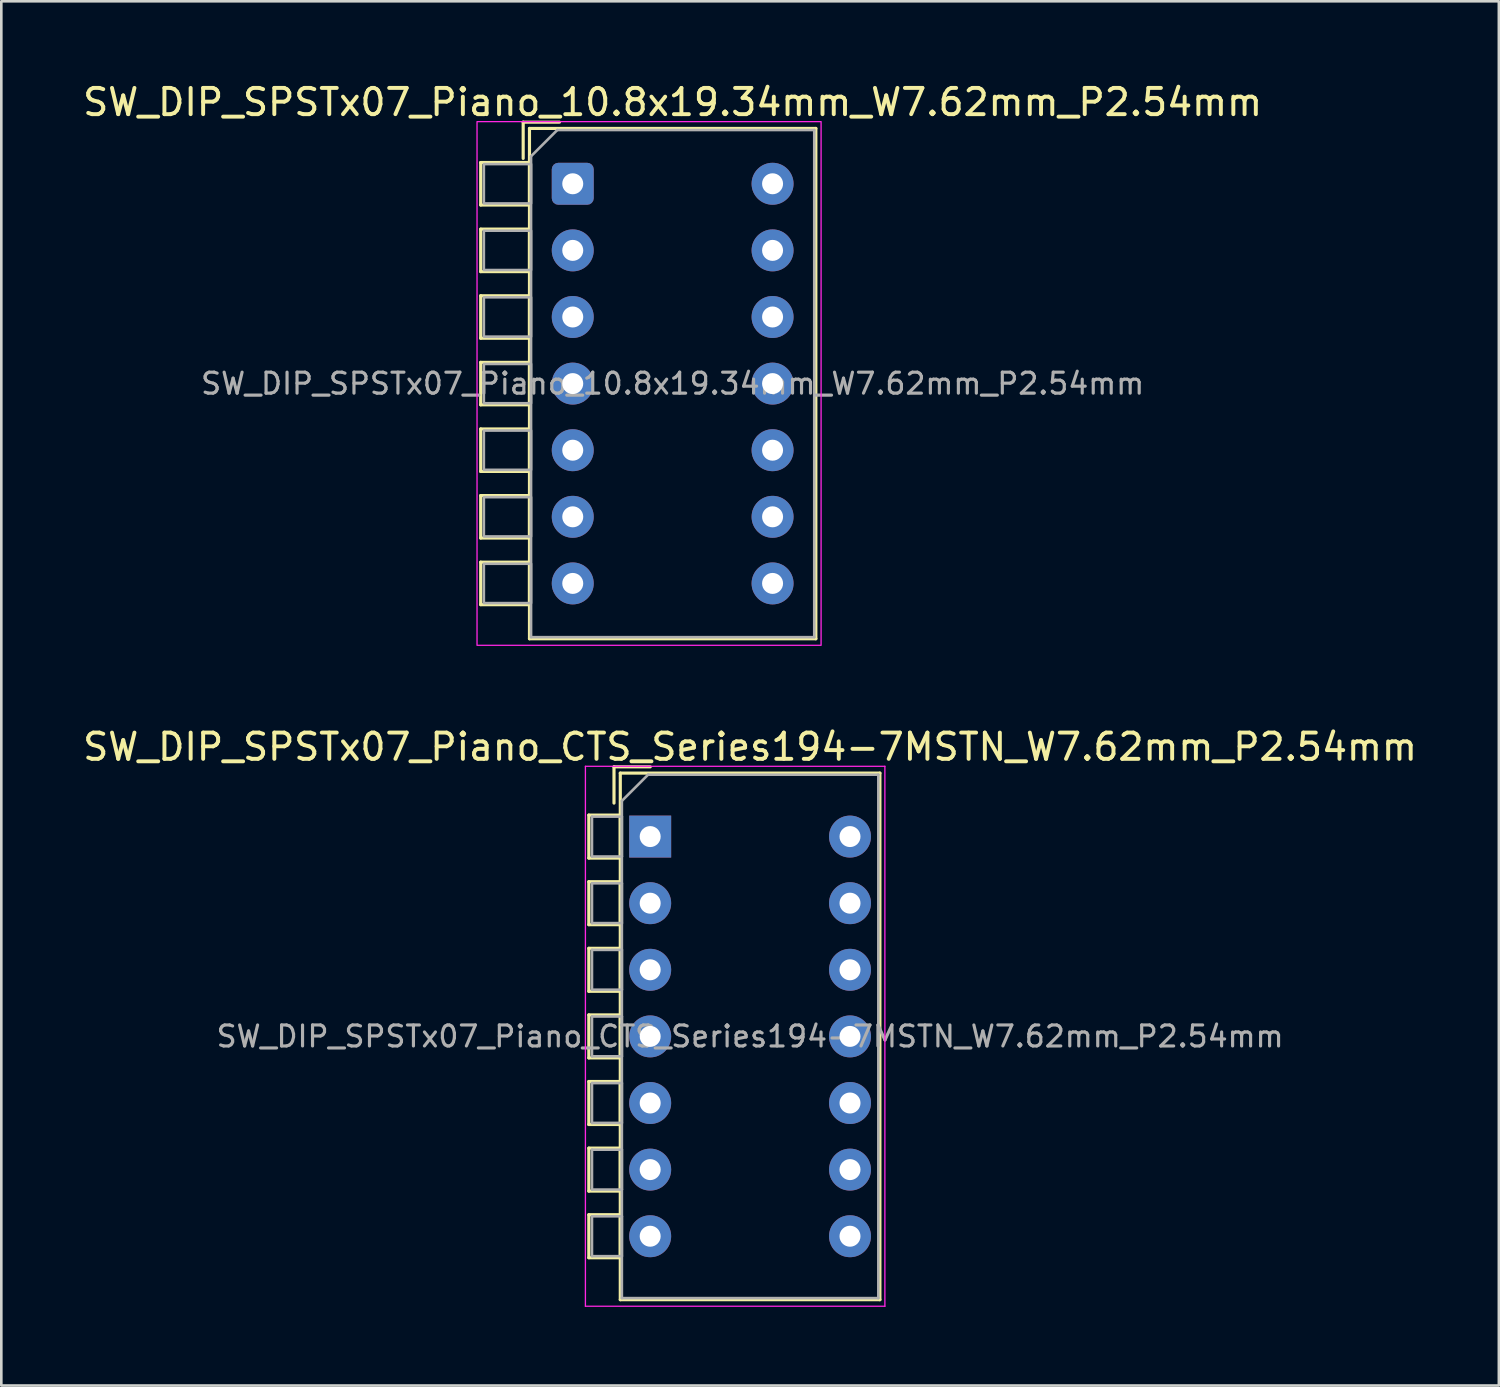
<source format=kicad_pcb>
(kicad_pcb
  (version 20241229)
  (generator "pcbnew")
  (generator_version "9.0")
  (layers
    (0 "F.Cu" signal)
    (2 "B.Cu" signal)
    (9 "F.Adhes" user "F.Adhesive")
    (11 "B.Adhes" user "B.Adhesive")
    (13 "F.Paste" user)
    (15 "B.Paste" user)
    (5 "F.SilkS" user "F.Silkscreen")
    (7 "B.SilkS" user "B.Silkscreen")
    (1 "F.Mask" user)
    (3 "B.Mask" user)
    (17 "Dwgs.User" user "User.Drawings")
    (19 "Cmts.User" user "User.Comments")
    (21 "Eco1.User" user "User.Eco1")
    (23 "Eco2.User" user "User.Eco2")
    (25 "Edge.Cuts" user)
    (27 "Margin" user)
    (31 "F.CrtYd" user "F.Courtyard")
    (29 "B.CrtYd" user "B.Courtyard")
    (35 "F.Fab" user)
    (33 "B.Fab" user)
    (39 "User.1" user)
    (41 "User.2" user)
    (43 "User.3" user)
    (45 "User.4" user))
  (footprint "SW_DIP_SPSTx07_Piano_10.8x19.34mm_W7.62mm_P2.54mm"
    (layer "F.Cu")
    (at 18.791 3.958)
    (property "Reference" "SW_DIP_SPSTx07_Piano_10.8x19.34mm_W7.62mm_P2.54mm" (at 3.81 -3.11 0) (layer "F.SilkS") (effects (font (size 1 1) (thickness 0.15))))
    (attr through_hole)
    (fp_line (start -3.51 -0.81) (end -3.51 0.81) (stroke (width 0.12) (type solid)) (layer "F.SilkS"))
    (fp_line (start -3.51 -0.81) (end -1.65 -0.81) (stroke (width 0.12) (type solid)) (layer "F.SilkS"))
    (fp_line (start -3.51 0.81) (end -1.65 0.81) (stroke (width 0.12) (type solid)) (layer "F.SilkS"))
    (fp_line (start -3.51 1.73) (end -3.51 3.35) (stroke (width 0.12) (type solid)) (layer "F.SilkS"))
    (fp_line (start -3.51 1.73) (end -1.65 1.73) (stroke (width 0.12) (type solid)) (layer "F.SilkS"))
    (fp_line (start -3.51 3.35) (end -1.65 3.35) (stroke (width 0.12) (type solid)) (layer "F.SilkS"))
    (fp_line (start -3.51 4.27) (end -3.51 5.89) (stroke (width 0.12) (type solid)) (layer "F.SilkS"))
    (fp_line (start -3.51 4.27) (end -1.65 4.27) (stroke (width 0.12) (type solid)) (layer "F.SilkS"))
    (fp_line (start -3.51 5.89) (end -1.65 5.89) (stroke (width 0.12) (type solid)) (layer "F.SilkS"))
    (fp_line (start -3.51 6.81) (end -3.51 8.43) (stroke (width 0.12) (type solid)) (layer "F.SilkS"))
    (fp_line (start -3.51 6.81) (end -1.65 6.81) (stroke (width 0.12) (type solid)) (layer "F.SilkS"))
    (fp_line (start -3.51 8.43) (end -1.65 8.43) (stroke (width 0.12) (type solid)) (layer "F.SilkS"))
    (fp_line (start -3.51 9.35) (end -3.51 10.97) (stroke (width 0.12) (type solid)) (layer "F.SilkS"))
    (fp_line (start -3.51 9.35) (end -1.65 9.35) (stroke (width 0.12) (type solid)) (layer "F.SilkS"))
    (fp_line (start -3.51 10.97) (end -1.65 10.97) (stroke (width 0.12) (type solid)) (layer "F.SilkS"))
    (fp_line (start -3.51 11.89) (end -3.51 13.51) (stroke (width 0.12) (type solid)) (layer "F.SilkS"))
    (fp_line (start -3.51 11.89) (end -1.65 11.89) (stroke (width 0.12) (type solid)) (layer "F.SilkS"))
    (fp_line (start -3.51 13.51) (end -1.65 13.51) (stroke (width 0.12) (type solid)) (layer "F.SilkS"))
    (fp_line (start -3.51 14.43) (end -3.51 16.05) (stroke (width 0.12) (type solid)) (layer "F.SilkS"))
    (fp_line (start -3.51 14.43) (end -1.65 14.43) (stroke (width 0.12) (type solid)) (layer "F.SilkS"))
    (fp_line (start -3.51 16.05) (end -1.65 16.05) (stroke (width 0.12) (type solid)) (layer "F.SilkS"))
    (fp_line (start -1.89 -2.35) (end -1.89 -0.967) (stroke (width 0.12) (type solid)) (layer "F.SilkS"))
    (fp_line (start -1.89 -2.35) (end -0.507 -2.35) (stroke (width 0.12) (type solid)) (layer "F.SilkS"))
    (fp_line (start -1.65 -2.11) (end -1.65 17.35) (stroke (width 0.12) (type solid)) (layer "F.SilkS"))
    (fp_line (start -1.65 -2.11) (end 9.27 -2.11) (stroke (width 0.12) (type solid)) (layer "F.SilkS"))
    (fp_line (start -1.65 -0.81) (end -1.65 0.81) (stroke (width 0.12) (type solid)) (layer "F.SilkS"))
    (fp_line (start -1.65 1.73) (end -1.65 3.35) (stroke (width 0.12) (type solid)) (layer "F.SilkS"))
    (fp_line (start -1.65 4.27) (end -1.65 5.89) (stroke (width 0.12) (type solid)) (layer "F.SilkS"))
    (fp_line (start -1.65 6.81) (end -1.65 8.43) (stroke (width 0.12) (type solid)) (layer "F.SilkS"))
    (fp_line (start -1.65 9.35) (end -1.65 10.97) (stroke (width 0.12) (type solid)) (layer "F.SilkS"))
    (fp_line (start -1.65 11.89) (end -1.65 13.51) (stroke (width 0.12) (type solid)) (layer "F.SilkS"))
    (fp_line (start -1.65 14.43) (end -1.65 16.05) (stroke (width 0.12) (type solid)) (layer "F.SilkS"))
    (fp_line (start -1.65 17.35) (end 9.27 17.35) (stroke (width 0.12) (type solid)) (layer "F.SilkS"))
    (fp_line (start 9.27 -2.11) (end 9.27 17.35) (stroke (width 0.12) (type solid)) (layer "F.SilkS"))
    (fp_rect (start -3.65 -2.37) (end 9.47 17.6) (stroke (width 0.05) (type solid)) (fill no) (layer "F.CrtYd"))
    (fp_line (start -1.59 -1.05) (end -0.59 -2.05) (stroke (width 0.1) (type solid)) (layer "F.Fab"))
    (fp_line (start -1.59 17.29) (end -1.59 -1.05) (stroke (width 0.1) (type solid)) (layer "F.Fab"))
    (fp_line (start -0.59 -2.05) (end 9.21 -2.05) (stroke (width 0.1) (type solid)) (layer "F.Fab"))
    (fp_line (start 9.21 -2.05) (end 9.21 17.29) (stroke (width 0.1) (type solid)) (layer "F.Fab"))
    (fp_line (start 9.21 17.29) (end -1.59 17.29) (stroke (width 0.1) (type solid)) (layer "F.Fab"))
    (fp_rect (start -1.59 -0.75) (end -3.39 0.75) (stroke (width 0.1) (type solid)) (fill no) (layer "F.Fab"))
    (fp_rect (start -1.59 1.79) (end -3.39 3.29) (stroke (width 0.1) (type solid)) (fill no) (layer "F.Fab"))
    (fp_rect (start -1.59 4.33) (end -3.39 5.83) (stroke (width 0.1) (type solid)) (fill no) (layer "F.Fab"))
    (fp_rect (start -1.59 6.87) (end -3.39 8.37) (stroke (width 0.1) (type solid)) (fill no) (layer "F.Fab"))
    (fp_rect (start -1.59 9.41) (end -3.39 10.91) (stroke (width 0.1) (type solid)) (fill no) (layer "F.Fab"))
    (fp_rect (start -1.59 11.95) (end -3.39 13.45) (stroke (width 0.1) (type solid)) (fill no) (layer "F.Fab"))
    (fp_rect (start -1.59 14.49) (end -3.39 15.99) (stroke (width 0.1) (type solid)) (fill no) (layer "F.Fab"))
    (fp_text user "${REFERENCE}" (at 3.81 7.62 0) (layer "F.Fab") (effects (font (size 0.8 0.8) (thickness 0.12))))
    (pad "1" thru_hole roundrect (at 0 0) (size 1.6 1.6) (drill 0.8) (layers "*.Cu" "*.Mask") (roundrect_rratio 0.156))
    (pad "2" thru_hole circle (at 0 2.54) (size 1.6 1.6) (drill 0.8) (layers "*.Cu" "*.Mask"))
    (pad "3" thru_hole circle (at 0 5.08) (size 1.6 1.6) (drill 0.8) (layers "*.Cu" "*.Mask"))
    (pad "4" thru_hole circle (at 0 7.62) (size 1.6 1.6) (drill 0.8) (layers "*.Cu" "*.Mask"))
    (pad "5" thru_hole circle (at 0 10.16) (size 1.6 1.6) (drill 0.8) (layers "*.Cu" "*.Mask"))
    (pad "6" thru_hole circle (at 0 12.7) (size 1.6 1.6) (drill 0.8) (layers "*.Cu" "*.Mask"))
    (pad "7" thru_hole circle (at 0 15.24) (size 1.6 1.6) (drill 0.8) (layers "*.Cu" "*.Mask"))
    (pad "8" thru_hole circle (at 7.62 15.24) (size 1.6 1.6) (drill 0.8) (layers "*.Cu" "*.Mask"))
    (pad "9" thru_hole circle (at 7.62 12.7) (size 1.6 1.6) (drill 0.8) (layers "*.Cu" "*.Mask"))
    (pad "10" thru_hole circle (at 7.62 10.16) (size 1.6 1.6) (drill 0.8) (layers "*.Cu" "*.Mask"))
    (pad "11" thru_hole circle (at 7.62 7.62) (size 1.6 1.6) (drill 0.8) (layers "*.Cu" "*.Mask"))
    (pad "12" thru_hole circle (at 7.62 5.08) (size 1.6 1.6) (drill 0.8) (layers "*.Cu" "*.Mask"))
    (pad "13" thru_hole circle (at 7.62 2.54) (size 1.6 1.6) (drill 0.8) (layers "*.Cu" "*.Mask"))
    (pad "14" thru_hole circle (at 7.62 0) (size 1.6 1.6) (drill 0.8) (layers "*.Cu" "*.Mask")))
  (footprint "SW_DIP_SPSTx07_Piano_CTS_Series194-7MSTN_W7.62mm_P2.54mm"
    (layer "F.Cu")
    (at 21.744 28.852)
    (property "Reference" "SW_DIP_SPSTx07_Piano_CTS_Series194-7MSTN_W7.62mm_P2.54mm" (at 3.81 -3.42 0) (layer "F.SilkS") (effects (font (size 1 1) (thickness 0.15))))
    (attr through_hole)
    (fp_line (start -2.34 -0.82) (end -2.34 0.82) (stroke (width 0.12) (type solid)) (layer "F.SilkS"))
    (fp_line (start -2.34 -0.82) (end -1.14 -0.82) (stroke (width 0.12) (type solid)) (layer "F.SilkS"))
    (fp_line (start -2.34 0.82) (end -1.14 0.82) (stroke (width 0.12) (type solid)) (layer "F.SilkS"))
    (fp_line (start -2.34 1.72) (end -2.34 3.36) (stroke (width 0.12) (type solid)) (layer "F.SilkS"))
    (fp_line (start -2.34 1.72) (end -1.14 1.72) (stroke (width 0.12) (type solid)) (layer "F.SilkS"))
    (fp_line (start -2.34 3.36) (end -1.14 3.36) (stroke (width 0.12) (type solid)) (layer "F.SilkS"))
    (fp_line (start -2.34 4.26) (end -2.34 5.9) (stroke (width 0.12) (type solid)) (layer "F.SilkS"))
    (fp_line (start -2.34 4.26) (end -1.14 4.26) (stroke (width 0.12) (type solid)) (layer "F.SilkS"))
    (fp_line (start -2.34 5.9) (end -1.14 5.9) (stroke (width 0.12) (type solid)) (layer "F.SilkS"))
    (fp_line (start -2.34 6.8) (end -2.34 8.44) (stroke (width 0.12) (type solid)) (layer "F.SilkS"))
    (fp_line (start -2.34 6.8) (end -1.14 6.8) (stroke (width 0.12) (type solid)) (layer "F.SilkS"))
    (fp_line (start -2.34 8.44) (end -1.14 8.44) (stroke (width 0.12) (type solid)) (layer "F.SilkS"))
    (fp_line (start -2.34 9.34) (end -2.34 10.98) (stroke (width 0.12) (type solid)) (layer "F.SilkS"))
    (fp_line (start -2.34 9.34) (end -1.14 9.34) (stroke (width 0.12) (type solid)) (layer "F.SilkS"))
    (fp_line (start -2.34 10.98) (end -1.14 10.98) (stroke (width 0.12) (type solid)) (layer "F.SilkS"))
    (fp_line (start -2.34 11.88) (end -2.34 13.52) (stroke (width 0.12) (type solid)) (layer "F.SilkS"))
    (fp_line (start -2.34 11.88) (end -1.14 11.88) (stroke (width 0.12) (type solid)) (layer "F.SilkS"))
    (fp_line (start -2.34 13.52) (end -1.14 13.52) (stroke (width 0.12) (type solid)) (layer "F.SilkS"))
    (fp_line (start -2.34 14.42) (end -2.34 16.06) (stroke (width 0.12) (type solid)) (layer "F.SilkS"))
    (fp_line (start -2.34 14.42) (end -1.14 14.42) (stroke (width 0.12) (type solid)) (layer "F.SilkS"))
    (fp_line (start -2.34 16.06) (end -1.14 16.06) (stroke (width 0.12) (type solid)) (layer "F.SilkS"))
    (fp_line (start -1.38 -2.66) (end -1.38 -1.277) (stroke (width 0.12) (type solid)) (layer "F.SilkS"))
    (fp_line (start -1.38 -2.66) (end 0.003 -2.66) (stroke (width 0.12) (type solid)) (layer "F.SilkS"))
    (fp_line (start -1.14 -2.42) (end -1.14 17.66) (stroke (width 0.12) (type solid)) (layer "F.SilkS"))
    (fp_line (start -1.14 -2.42) (end 8.76 -2.42) (stroke (width 0.12) (type solid)) (layer "F.SilkS"))
    (fp_line (start -1.14 -0.82) (end -1.14 0.82) (stroke (width 0.12) (type solid)) (layer "F.SilkS"))
    (fp_line (start -1.14 1.72) (end -1.14 3.36) (stroke (width 0.12) (type solid)) (layer "F.SilkS"))
    (fp_line (start -1.14 4.26) (end -1.14 5.9) (stroke (width 0.12) (type solid)) (layer "F.SilkS"))
    (fp_line (start -1.14 6.8) (end -1.14 8.44) (stroke (width 0.12) (type solid)) (layer "F.SilkS"))
    (fp_line (start -1.14 9.34) (end -1.14 10.98) (stroke (width 0.12) (type solid)) (layer "F.SilkS"))
    (fp_line (start -1.14 11.88) (end -1.14 13.52) (stroke (width 0.12) (type solid)) (layer "F.SilkS"))
    (fp_line (start -1.14 14.42) (end -1.14 16.06) (stroke (width 0.12) (type solid)) (layer "F.SilkS"))
    (fp_line (start -1.14 17.66) (end 8.76 17.66) (stroke (width 0.12) (type solid)) (layer "F.SilkS"))
    (fp_line (start 8.76 -2.42) (end 8.76 17.66) (stroke (width 0.12) (type solid)) (layer "F.SilkS"))
    (fp_line (start -2.47 -2.68) (end -2.47 17.91) (stroke (width 0.05) (type solid)) (layer "F.CrtYd"))
    (fp_line (start -2.47 17.91) (end 8.95 17.91) (stroke (width 0.05) (type solid)) (layer "F.CrtYd"))
    (fp_line (start 8.95 -2.68) (end -2.47 -2.68) (stroke (width 0.05) (type solid)) (layer "F.CrtYd"))
    (fp_line (start 8.95 17.91) (end 8.95 -2.68) (stroke (width 0.05) (type solid)) (layer "F.CrtYd"))
    (fp_line (start -2.22 -0.76) (end -1.08 -0.76) (stroke (width 0.1) (type solid)) (layer "F.Fab"))
    (fp_line (start -2.22 0.76) (end -2.22 -0.76) (stroke (width 0.1) (type solid)) (layer "F.Fab"))
    (fp_line (start -2.22 1.78) (end -1.08 1.78) (stroke (width 0.1) (type solid)) (layer "F.Fab"))
    (fp_line (start -2.22 3.3) (end -2.22 1.78) (stroke (width 0.1) (type solid)) (layer "F.Fab"))
    (fp_line (start -2.22 4.32) (end -1.08 4.32) (stroke (width 0.1) (type solid)) (layer "F.Fab"))
    (fp_line (start -2.22 5.84) (end -2.22 4.32) (stroke (width 0.1) (type solid)) (layer "F.Fab"))
    (fp_line (start -2.22 6.86) (end -1.08 6.86) (stroke (width 0.1) (type solid)) (layer "F.Fab"))
    (fp_line (start -2.22 8.38) (end -2.22 6.86) (stroke (width 0.1) (type solid)) (layer "F.Fab"))
    (fp_line (start -2.22 9.4) (end -1.08 9.4) (stroke (width 0.1) (type solid)) (layer "F.Fab"))
    (fp_line (start -2.22 10.92) (end -2.22 9.4) (stroke (width 0.1) (type solid)) (layer "F.Fab"))
    (fp_line (start -2.22 11.94) (end -1.08 11.94) (stroke (width 0.1) (type solid)) (layer "F.Fab"))
    (fp_line (start -2.22 13.46) (end -2.22 11.94) (stroke (width 0.1) (type solid)) (layer "F.Fab"))
    (fp_line (start -2.22 14.48) (end -1.08 14.48) (stroke (width 0.1) (type solid)) (layer "F.Fab"))
    (fp_line (start -2.22 16) (end -2.22 14.48) (stroke (width 0.1) (type solid)) (layer "F.Fab"))
    (fp_line (start -1.08 -1.36) (end -0.08 -2.36) (stroke (width 0.1) (type solid)) (layer "F.Fab"))
    (fp_line (start -1.08 -0.76) (end -1.08 0.76) (stroke (width 0.1) (type solid)) (layer "F.Fab"))
    (fp_line (start -1.08 0.76) (end -2.22 0.76) (stroke (width 0.1) (type solid)) (layer "F.Fab"))
    (fp_line (start -1.08 1.78) (end -1.08 3.3) (stroke (width 0.1) (type solid)) (layer "F.Fab"))
    (fp_line (start -1.08 3.3) (end -2.22 3.3) (stroke (width 0.1) (type solid)) (layer "F.Fab"))
    (fp_line (start -1.08 4.32) (end -1.08 5.84) (stroke (width 0.1) (type solid)) (layer "F.Fab"))
    (fp_line (start -1.08 5.84) (end -2.22 5.84) (stroke (width 0.1) (type solid)) (layer "F.Fab"))
    (fp_line (start -1.08 6.86) (end -1.08 8.38) (stroke (width 0.1) (type solid)) (layer "F.Fab"))
    (fp_line (start -1.08 8.38) (end -2.22 8.38) (stroke (width 0.1) (type solid)) (layer "F.Fab"))
    (fp_line (start -1.08 9.4) (end -1.08 10.92) (stroke (width 0.1) (type solid)) (layer "F.Fab"))
    (fp_line (start -1.08 10.92) (end -2.22 10.92) (stroke (width 0.1) (type solid)) (layer "F.Fab"))
    (fp_line (start -1.08 11.94) (end -1.08 13.46) (stroke (width 0.1) (type solid)) (layer "F.Fab"))
    (fp_line (start -1.08 13.46) (end -2.22 13.46) (stroke (width 0.1) (type solid)) (layer "F.Fab"))
    (fp_line (start -1.08 14.48) (end -1.08 16) (stroke (width 0.1) (type solid)) (layer "F.Fab"))
    (fp_line (start -1.08 16) (end -2.22 16) (stroke (width 0.1) (type solid)) (layer "F.Fab"))
    (fp_line (start -1.08 17.6) (end -1.08 -1.36) (stroke (width 0.1) (type solid)) (layer "F.Fab"))
    (fp_line (start -0.08 -2.36) (end 8.7 -2.36) (stroke (width 0.1) (type solid)) (layer "F.Fab"))
    (fp_line (start 8.7 -2.36) (end 8.7 17.6) (stroke (width 0.1) (type solid)) (layer "F.Fab"))
    (fp_line (start 8.7 17.6) (end -1.08 17.6) (stroke (width 0.1) (type solid)) (layer "F.Fab"))
    (fp_text user "${REFERENCE}" (at 3.81 7.62 0) (layer "F.Fab") (effects (font (size 0.8 0.8) (thickness 0.12))))
    (pad "1" thru_hole rect (at 0 0) (size 1.6 1.6) (drill 0.8) (layers "*.Cu" "*.Mask"))
    (pad "2" thru_hole circle (at 0 2.54) (size 1.6 1.6) (drill 0.8) (layers "*.Cu" "*.Mask"))
    (pad "3" thru_hole circle (at 0 5.08) (size 1.6 1.6) (drill 0.8) (layers "*.Cu" "*.Mask"))
    (pad "4" thru_hole circle (at 0 7.62) (size 1.6 1.6) (drill 0.8) (layers "*.Cu" "*.Mask"))
    (pad "5" thru_hole circle (at 0 10.16) (size 1.6 1.6) (drill 0.8) (layers "*.Cu" "*.Mask"))
    (pad "6" thru_hole circle (at 0 12.7) (size 1.6 1.6) (drill 0.8) (layers "*.Cu" "*.Mask"))
    (pad "7" thru_hole circle (at 0 15.24) (size 1.6 1.6) (drill 0.8) (layers "*.Cu" "*.Mask"))
    (pad "8" thru_hole circle (at 7.62 15.24) (size 1.6 1.6) (drill 0.8) (layers "*.Cu" "*.Mask"))
    (pad "9" thru_hole circle (at 7.62 12.7) (size 1.6 1.6) (drill 0.8) (layers "*.Cu" "*.Mask"))
    (pad "10" thru_hole circle (at 7.62 10.16) (size 1.6 1.6) (drill 0.8) (layers "*.Cu" "*.Mask"))
    (pad "11" thru_hole circle (at 7.62 7.62) (size 1.6 1.6) (drill 0.8) (layers "*.Cu" "*.Mask"))
    (pad "12" thru_hole circle (at 7.62 5.08) (size 1.6 1.6) (drill 0.8) (layers "*.Cu" "*.Mask"))
    (pad "13" thru_hole circle (at 7.62 2.54) (size 1.6 1.6) (drill 0.8) (layers "*.Cu" "*.Mask"))
    (pad "14" thru_hole circle (at 7.62 0) (size 1.6 1.6) (drill 0.8) (layers "*.Cu" "*.Mask")))
  (gr_rect
    (start -3 -3)
    (end 54.107 49.786)
    (stroke (width 0.1) (type default))
    (fill no)
    (layer "Edge.Cuts")))
</source>
